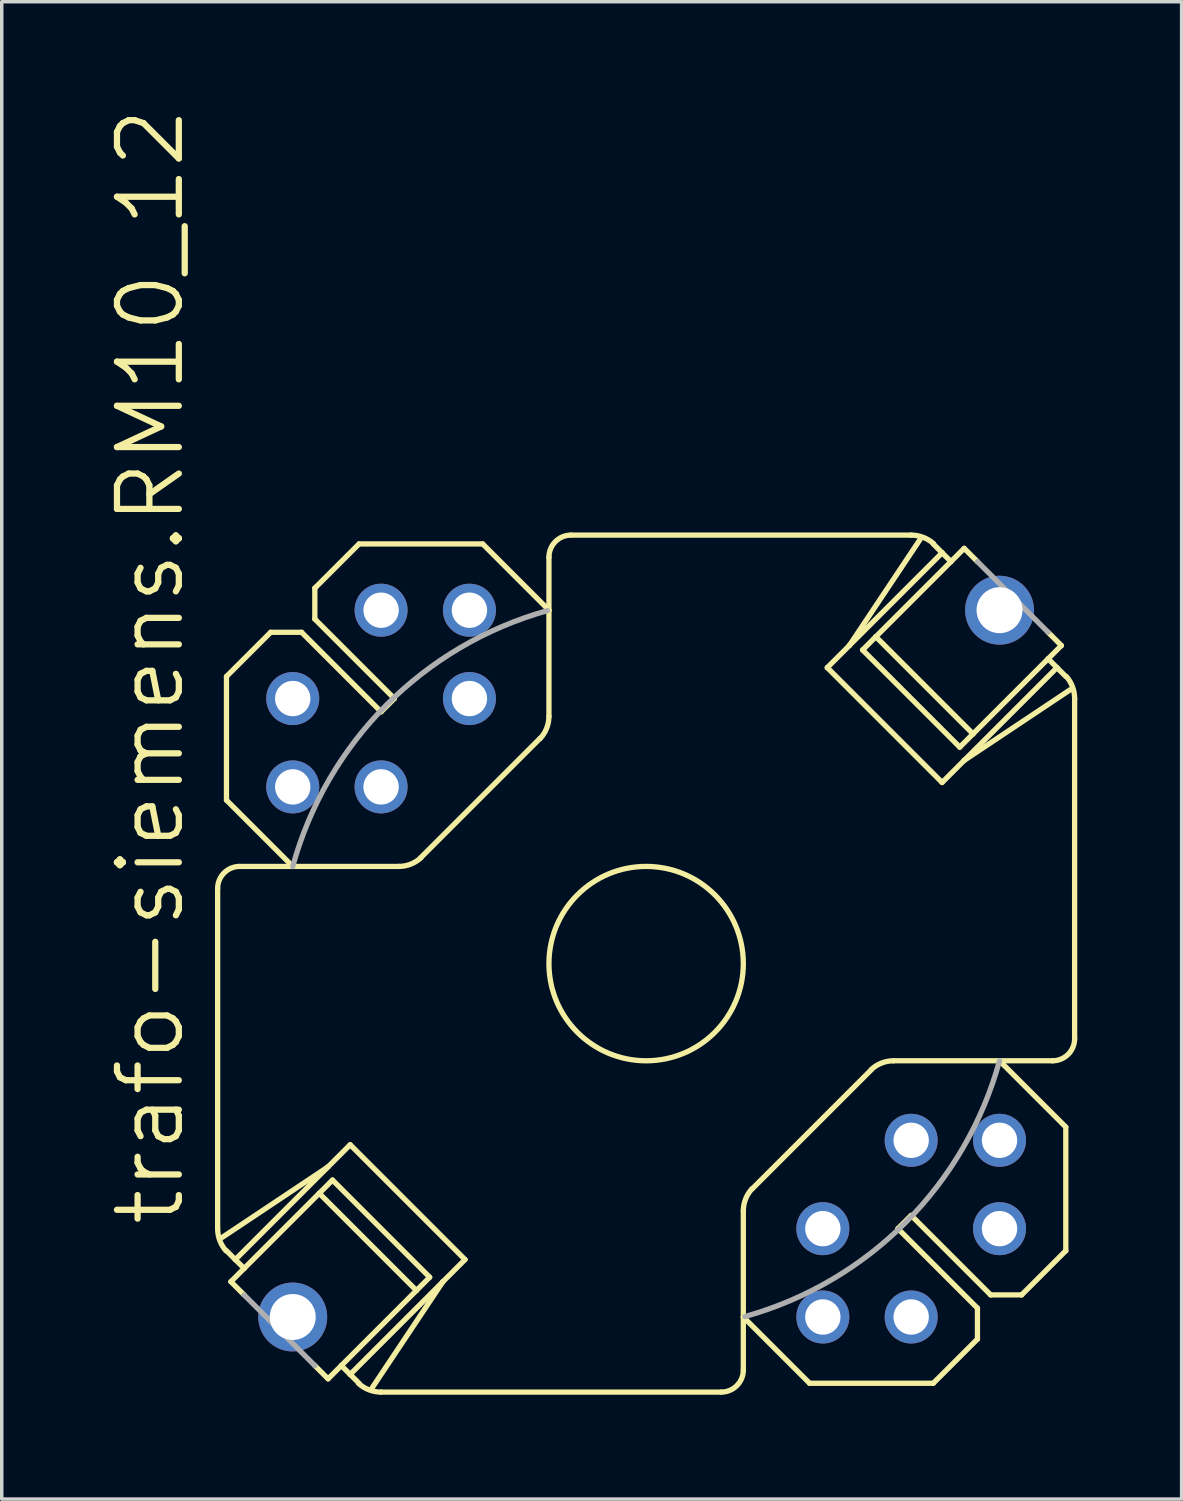
<source format=kicad_pcb>
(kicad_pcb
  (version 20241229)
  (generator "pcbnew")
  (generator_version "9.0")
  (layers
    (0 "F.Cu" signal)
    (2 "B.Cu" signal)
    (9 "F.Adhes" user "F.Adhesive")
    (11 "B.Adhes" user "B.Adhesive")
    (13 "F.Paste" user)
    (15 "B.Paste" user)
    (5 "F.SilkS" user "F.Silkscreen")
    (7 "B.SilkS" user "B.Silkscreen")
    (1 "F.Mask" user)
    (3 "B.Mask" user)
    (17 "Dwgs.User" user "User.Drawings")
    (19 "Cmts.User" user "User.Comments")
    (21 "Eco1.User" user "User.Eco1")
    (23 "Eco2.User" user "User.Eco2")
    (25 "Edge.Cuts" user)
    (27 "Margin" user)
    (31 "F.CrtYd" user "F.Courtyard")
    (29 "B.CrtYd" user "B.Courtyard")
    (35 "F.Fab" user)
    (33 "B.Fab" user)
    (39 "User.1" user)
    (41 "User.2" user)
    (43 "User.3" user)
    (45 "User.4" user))
  (footprint "trafo-siemens.RM10_12"
    (layer "F.Cu")
    (at 15.526 24.653)
    (property "Reference" "trafo-siemens.RM10_12" (at -13.208 7.62 90) (layer "F.SilkS") (effects (font (size 1.778 1.778) (thickness 0.18)) (justify left bottom)))
    (attr through_hole)
    (fp_line (start -12.319 7.62) (end -12.319 -2.159) (stroke (width 0.152) (type default)) (layer "F.SilkS"))
    (fp_line (start -12.192 7.874) (end -9.144 5.842) (stroke (width 0.152) (type default)) (layer "F.SilkS"))
    (fp_line (start -12.065 -8.255) (end -12.065 -4.699) (stroke (width 0.152) (type default)) (layer "F.SilkS"))
    (fp_line (start -11.811 8.509) (end -12.065 8.255) (stroke (width 0.152) (type default)) (layer "F.SilkS"))
    (fp_line (start -11.811 8.509) (end -9.144 5.842) (stroke (width 0.152) (type default)) (layer "F.SilkS"))
    (fp_line (start -11.557 8.763) (end -11.938 9.144) (stroke (width 0.152) (type default)) (layer "F.SilkS"))
    (fp_line (start -11.557 8.763) (end -11.811 8.509) (stroke (width 0.152) (type default)) (layer "F.SilkS"))
    (fp_line (start -11.557 9.525) (end -11.938 9.144) (stroke (width 0.152) (type default)) (layer "F.SilkS"))
    (fp_line (start -10.795 -9.525) (end -12.065 -8.255) (stroke (width 0.152) (type default)) (layer "F.SilkS"))
    (fp_line (start -10.16 -2.794) (end -12.065 -4.699) (stroke (width 0.152) (type default)) (layer "F.SilkS"))
    (fp_line (start -10.16 -2.794) (end -11.684 -2.794) (stroke (width 0.152) (type default)) (layer "F.SilkS"))
    (fp_line (start -10.16 -2.794) (end -7.112 -2.794) (stroke (width 0.152) (type default)) (layer "F.SilkS"))
    (fp_line (start -9.906 -9.525) (end -10.795 -9.525) (stroke (width 0.152) (type default)) (layer "F.SilkS"))
    (fp_line (start -9.906 -9.525) (end -7.62 -7.239) (stroke (width 0.152) (type default)) (layer "F.SilkS"))
    (fp_line (start -9.525 -10.795) (end -8.255 -12.065) (stroke (width 0.152) (type default)) (layer "F.SilkS"))
    (fp_line (start -9.525 -9.906) (end -9.525 -10.795) (stroke (width 0.152) (type default)) (layer "F.SilkS"))
    (fp_line (start -9.525 11.557) (end -9.144 11.938) (stroke (width 0.152) (type default)) (layer "F.SilkS"))
    (fp_line (start -9.398 6.604) (end -11.557 8.763) (stroke (width 0.152) (type default)) (layer "F.SilkS"))
    (fp_line (start -9.144 5.842) (end -8.509 5.207) (stroke (width 0.152) (type default)) (layer "F.SilkS"))
    (fp_line (start -9.144 11.938) (end -8.763 11.557) (stroke (width 0.152) (type default)) (layer "F.SilkS"))
    (fp_line (start -9.017 6.223) (end -9.398 6.604) (stroke (width 0.152) (type default)) (layer "F.SilkS"))
    (fp_line (start -8.763 11.557) (end -6.604 9.398) (stroke (width 0.152) (type default)) (layer "F.SilkS"))
    (fp_line (start -8.509 11.811) (end -8.763 11.557) (stroke (width 0.152) (type default)) (layer "F.SilkS"))
    (fp_line (start -8.509 11.811) (end -5.842 9.144) (stroke (width 0.152) (type default)) (layer "F.SilkS"))
    (fp_line (start -8.255 -12.065) (end -4.699 -12.065) (stroke (width 0.152) (type default)) (layer "F.SilkS"))
    (fp_line (start -8.255 12.065) (end -8.509 11.811) (stroke (width 0.152) (type default)) (layer "F.SilkS"))
    (fp_line (start -7.874 12.192) (end -5.842 9.144) (stroke (width 0.152) (type default)) (layer "F.SilkS"))
    (fp_line (start -7.62 -7.239) (end -7.239 -7.62) (stroke (width 0.152) (type default)) (layer "F.SilkS"))
    (fp_line (start -7.62 12.319) (end 2.159 12.319) (stroke (width 0.152) (type default)) (layer "F.SilkS"))
    (fp_line (start -7.239 -7.62) (end -9.525 -9.906) (stroke (width 0.152) (type default)) (layer "F.SilkS"))
    (fp_line (start -6.604 9.398) (end -9.398 6.604) (stroke (width 0.152) (type default)) (layer "F.SilkS"))
    (fp_line (start -6.604 9.398) (end -6.223 9.017) (stroke (width 0.152) (type default)) (layer "F.SilkS"))
    (fp_line (start -6.223 9.017) (end -9.017 6.223) (stroke (width 0.152) (type default)) (layer "F.SilkS"))
    (fp_line (start -5.842 9.144) (end -5.207 8.509) (stroke (width 0.152) (type default)) (layer "F.SilkS"))
    (fp_line (start -5.207 8.509) (end -8.509 5.207) (stroke (width 0.152) (type default)) (layer "F.SilkS"))
    (fp_line (start -3.048 -6.477) (end -6.477 -3.048) (stroke (width 0.152) (type default)) (layer "F.SilkS"))
    (fp_line (start -2.794 -10.16) (end -4.699 -12.065) (stroke (width 0.152) (type default)) (layer "F.SilkS"))
    (fp_line (start -2.794 -10.16) (end -2.794 -11.684) (stroke (width 0.152) (type default)) (layer "F.SilkS"))
    (fp_line (start -2.794 -10.16) (end -2.794 -7.112) (stroke (width 0.152) (type default)) (layer "F.SilkS"))
    (fp_line (start -2.159 -12.319) (end 7.62 -12.319) (stroke (width 0.152) (type default)) (layer "F.SilkS"))
    (fp_line (start 2.794 10.16) (end 2.794 7.112) (stroke (width 0.152) (type default)) (layer "F.SilkS"))
    (fp_line (start 2.794 10.16) (end 4.699 12.065) (stroke (width 0.152) (type default)) (layer "F.SilkS"))
    (fp_line (start 2.794 11.684) (end 2.794 10.16) (stroke (width 0.152) (type default)) (layer "F.SilkS"))
    (fp_line (start 5.207 -8.509) (end 8.509 -5.207) (stroke (width 0.152) (type default)) (layer "F.SilkS"))
    (fp_line (start 5.842 -9.144) (end 5.207 -8.509) (stroke (width 0.152) (type default)) (layer "F.SilkS"))
    (fp_line (start 6.223 -9.017) (end 9.017 -6.223) (stroke (width 0.152) (type default)) (layer "F.SilkS"))
    (fp_line (start 6.477 3.048) (end 3.048 6.477) (stroke (width 0.152) (type default)) (layer "F.SilkS"))
    (fp_line (start 6.604 -9.398) (end 6.223 -9.017) (stroke (width 0.152) (type default)) (layer "F.SilkS"))
    (fp_line (start 6.604 -9.398) (end 9.398 -6.604) (stroke (width 0.152) (type default)) (layer "F.SilkS"))
    (fp_line (start 7.239 7.62) (end 7.62 7.239) (stroke (width 0.152) (type default)) (layer "F.SilkS"))
    (fp_line (start 7.239 7.62) (end 9.525 9.906) (stroke (width 0.152) (type default)) (layer "F.SilkS"))
    (fp_line (start 7.874 -12.192) (end 5.842 -9.144) (stroke (width 0.152) (type default)) (layer "F.SilkS"))
    (fp_line (start 8.255 -12.065) (end 8.509 -11.811) (stroke (width 0.152) (type default)) (layer "F.SilkS"))
    (fp_line (start 8.255 12.065) (end 4.699 12.065) (stroke (width 0.152) (type default)) (layer "F.SilkS"))
    (fp_line (start 8.509 -11.811) (end 5.842 -9.144) (stroke (width 0.152) (type default)) (layer "F.SilkS"))
    (fp_line (start 8.763 -11.557) (end 6.604 -9.398) (stroke (width 0.152) (type default)) (layer "F.SilkS"))
    (fp_line (start 8.763 -11.557) (end 8.509 -11.811) (stroke (width 0.152) (type default)) (layer "F.SilkS"))
    (fp_line (start 9.017 -6.223) (end 9.398 -6.604) (stroke (width 0.152) (type default)) (layer "F.SilkS"))
    (fp_line (start 9.144 -11.938) (end 8.763 -11.557) (stroke (width 0.152) (type default)) (layer "F.SilkS"))
    (fp_line (start 9.144 -5.842) (end 8.509 -5.207) (stroke (width 0.152) (type default)) (layer "F.SilkS"))
    (fp_line (start 9.398 -6.604) (end 11.557 -8.763) (stroke (width 0.152) (type default)) (layer "F.SilkS"))
    (fp_line (start 9.525 -11.557) (end 9.144 -11.938) (stroke (width 0.152) (type default)) (layer "F.SilkS"))
    (fp_line (start 9.525 9.906) (end 9.525 10.795) (stroke (width 0.152) (type default)) (layer "F.SilkS"))
    (fp_line (start 9.525 10.795) (end 8.255 12.065) (stroke (width 0.152) (type default)) (layer "F.SilkS"))
    (fp_line (start 9.906 9.525) (end 7.62 7.239) (stroke (width 0.152) (type default)) (layer "F.SilkS"))
    (fp_line (start 9.906 9.525) (end 10.795 9.525) (stroke (width 0.152) (type default)) (layer "F.SilkS"))
    (fp_line (start 10.16 2.794) (end 7.112 2.794) (stroke (width 0.152) (type default)) (layer "F.SilkS"))
    (fp_line (start 10.16 2.794) (end 12.065 4.699) (stroke (width 0.152) (type default)) (layer "F.SilkS"))
    (fp_line (start 10.795 9.525) (end 12.065 8.255) (stroke (width 0.152) (type default)) (layer "F.SilkS"))
    (fp_line (start 11.557 -9.525) (end 11.938 -9.144) (stroke (width 0.152) (type default)) (layer "F.SilkS"))
    (fp_line (start 11.557 -8.763) (end 11.811 -8.509) (stroke (width 0.152) (type default)) (layer "F.SilkS"))
    (fp_line (start 11.557 -8.763) (end 11.938 -9.144) (stroke (width 0.152) (type default)) (layer "F.SilkS"))
    (fp_line (start 11.684 2.794) (end 10.16 2.794) (stroke (width 0.152) (type default)) (layer "F.SilkS"))
    (fp_line (start 11.811 -8.509) (end 9.144 -5.842) (stroke (width 0.152) (type default)) (layer "F.SilkS"))
    (fp_line (start 11.811 -8.509) (end 12.065 -8.255) (stroke (width 0.152) (type default)) (layer "F.SilkS"))
    (fp_line (start 12.065 8.255) (end 12.065 4.699) (stroke (width 0.152) (type default)) (layer "F.SilkS"))
    (fp_line (start 12.192 -7.874) (end 9.144 -5.842) (stroke (width 0.152) (type default)) (layer "F.SilkS"))
    (fp_line (start 12.319 -7.62) (end 12.319 2.159) (stroke (width 0.152) (type default)) (layer "F.SilkS"))
    (fp_arc (start -12.319 -2.159) (mid -12.133013 -2.608013) (end -11.684 -2.794) (stroke (width 0.1524) (type default)) (layer "F.SilkS"))
    (fp_arc (start -12.082 8.2533) (mid -12.257774 7.958083) (end -12.319 7.62) (stroke (width 0.1524) (type default)) (layer "F.SilkS"))
    (fp_arc (start -7.62 12.3191) (mid -7.963996 12.255663) (end -8.2628 12.0738) (stroke (width 0.1524) (type default)) (layer "F.SilkS"))
    (fp_arc (start -6.4735 -3.0442) (mid -6.769114 -2.858782) (end -7.112 -2.794) (stroke (width 0.1524) (type default)) (layer "F.SilkS"))
    (fp_arc (start -2.7941 -7.112) (mid -2.858828 -6.769122) (end -3.0442 -6.4735) (stroke (width 0.1524) (type default)) (layer "F.SilkS"))
    (fp_arc (start -2.794 -11.684) (mid -2.608013 -12.133013) (end -2.159 -12.319) (stroke (width 0.1524) (type default)) (layer "F.SilkS"))
    (fp_arc (start 2.794 7.112) (mid 2.858782 6.769114) (end 3.0442 6.4735) (stroke (width 0.1524) (type default)) (layer "F.SilkS"))
    (fp_arc (start 2.794 11.684) (mid 2.608013 12.133013) (end 2.159 12.319) (stroke (width 0.1524) (type default)) (layer "F.SilkS"))
    (fp_arc (start 6.4735 3.0442) (mid 6.76913 2.858875) (end 7.112 2.7942) (stroke (width 0.1524) (type default)) (layer "F.SilkS"))
    (fp_arc (start 7.62 -12.319) (mid 7.963988 -12.255616) (end 8.2628 -12.0738) (stroke (width 0.1524) (type default)) (layer "F.SilkS"))
    (fp_arc (start 12.0821 -8.2533) (mid 12.257914 -7.958089) (end 12.3192 -7.62) (stroke (width 0.1524) (type default)) (layer "F.SilkS"))
    (fp_arc (start 12.319 2.159) (mid 12.133013 2.608013) (end 11.684 2.794) (stroke (width 0.1524) (type default)) (layer "F.SilkS"))
    (fp_circle (center 0 0) (end 2.794 0) (stroke (width 0.152) (type default)) (fill no) (layer "F.SilkS"))
    (fp_line (start -9.525 11.557) (end -11.557 9.525) (stroke (width 0.152) (type default)) (layer "F.Fab"))
    (fp_line (start 9.525 -11.557) (end 11.557 -9.525) (stroke (width 0.152) (type default)) (layer "F.Fab"))
    (fp_arc (start -10.16 -2.794) (mid -7.468161 -7.433587) (end -2.8411 -10.1469) (stroke (width 0.1524) (type default)) (layer "F.Fab"))
    (fp_arc (start 10.16 2.794) (mid 7.468161 7.433587) (end 2.8411 10.1469) (stroke (width 0.1524) (type default)) (layer "F.Fab"))
    (pad "1" thru_hole circle (at -10.16 -7.62) (size 1.524 1.524) (drill 1.016) (layers "*.Cu" "*.Mask"))
    (pad "2" thru_hole circle (at -10.16 -5.08) (size 1.524 1.524) (drill 1.016) (layers "*.Cu" "*.Mask"))
    (pad "3" thru_hole circle (at -7.62 -5.08) (size 1.524 1.524) (drill 1.016) (layers "*.Cu" "*.Mask"))
    (pad "4" thru_hole circle (at 5.08 7.62) (size 1.524 1.524) (drill 1.016) (layers "*.Cu" "*.Mask"))
    (pad "5" thru_hole circle (at 5.08 10.16) (size 1.524 1.524) (drill 1.016) (layers "*.Cu" "*.Mask"))
    (pad "6" thru_hole circle (at 7.62 10.16) (size 1.524 1.524) (drill 1.016) (layers "*.Cu" "*.Mask"))
    (pad "7" thru_hole circle (at 10.16 7.62) (size 1.524 1.524) (drill 1.016) (layers "*.Cu" "*.Mask"))
    (pad "8" thru_hole circle (at 10.16 5.08) (size 1.524 1.524) (drill 1.016) (layers "*.Cu" "*.Mask"))
    (pad "9" thru_hole circle (at 7.62 5.08) (size 1.524 1.524) (drill 1.016) (layers "*.Cu" "*.Mask"))
    (pad "10" thru_hole circle (at -5.08 -7.62) (size 1.524 1.524) (drill 1.016) (layers "*.Cu" "*.Mask"))
    (pad "11" thru_hole circle (at -5.08 -10.16) (size 1.524 1.524) (drill 1.016) (layers "*.Cu" "*.Mask"))
    (pad "12" thru_hole circle (at -7.62 -10.16) (size 1.524 1.524) (drill 1.016) (layers "*.Cu" "*.Mask"))
    (pad "E1" thru_hole circle (at -10.16 10.16) (size 1.981 1.981) (drill 1.321) (layers "*.Cu" "*.Mask"))
    (pad "E2" thru_hole circle (at 10.16 -10.16) (size 1.981 1.981) (drill 1.321) (layers "*.Cu" "*.Mask")))
  (gr_rect
    (start -3 -3)
    (end 30.921 40.048)
    (stroke (width 0.1) (type default))
    (fill no)
    (layer "Edge.Cuts")))
</source>
